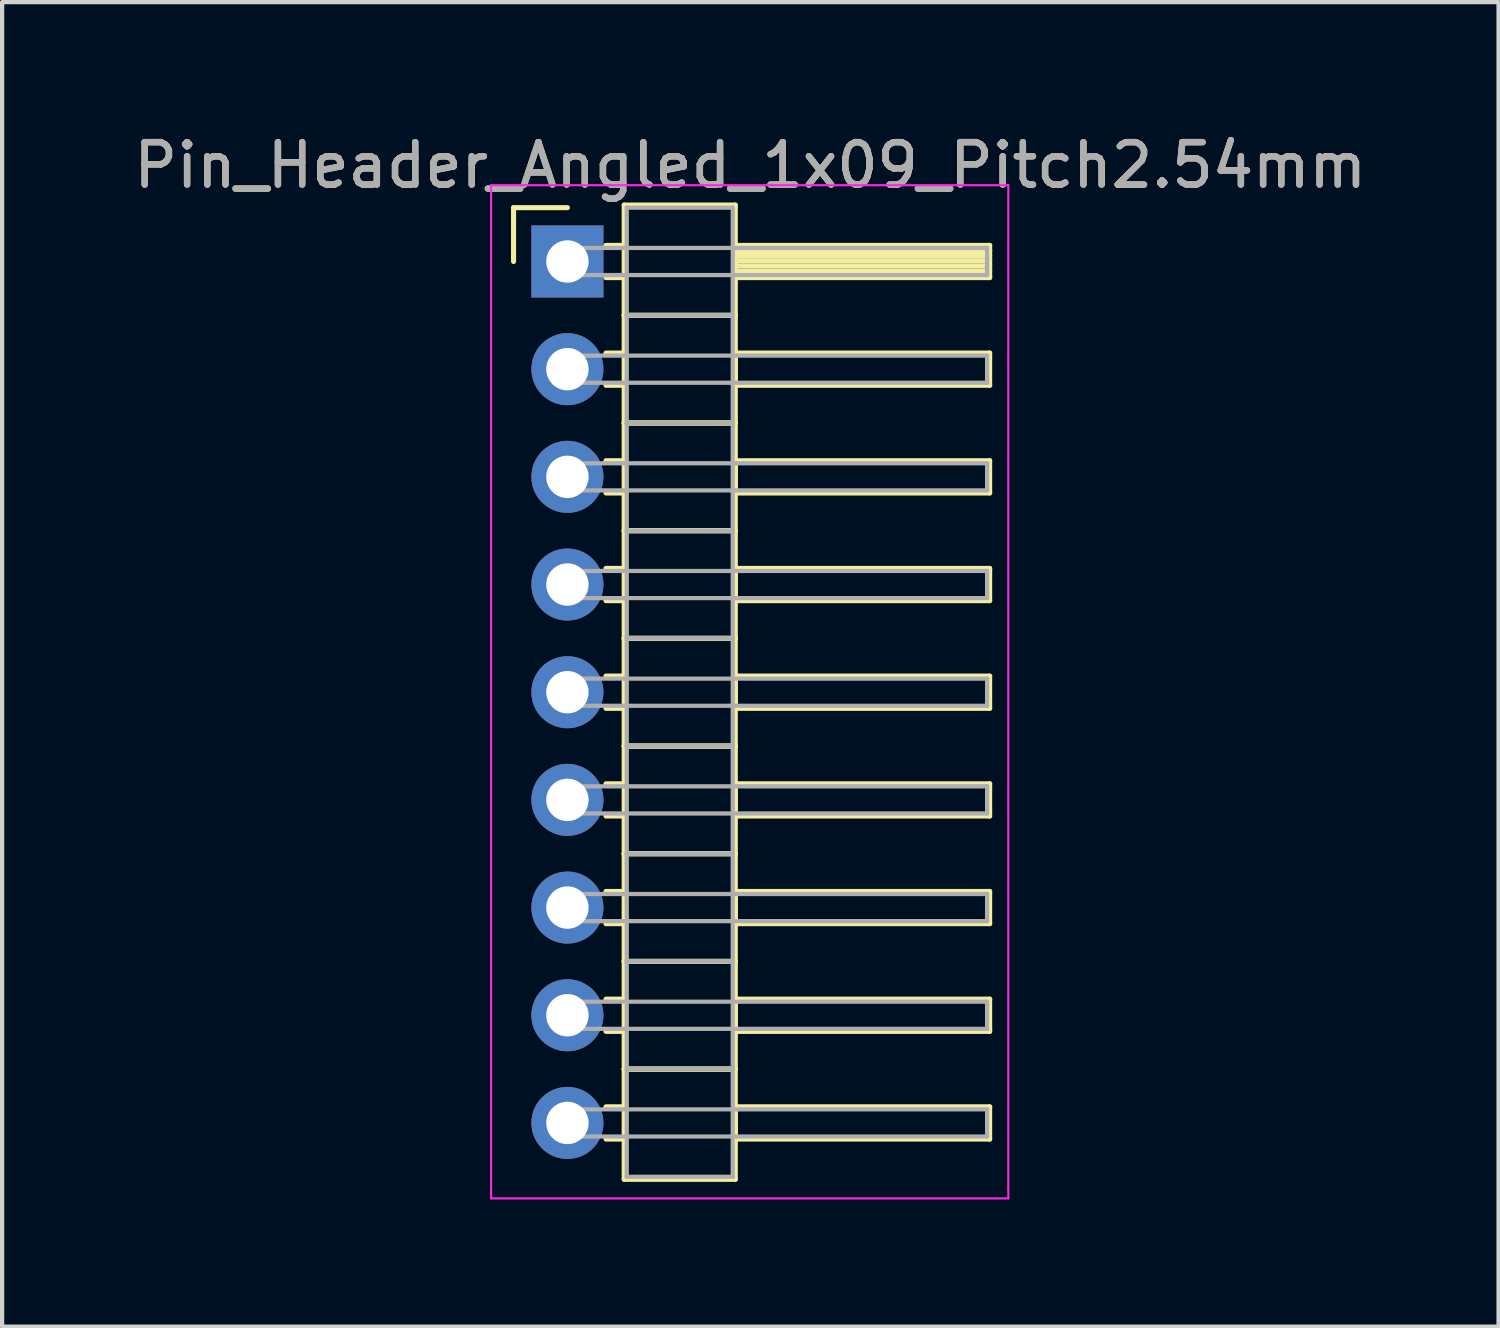
<source format=kicad_pcb>
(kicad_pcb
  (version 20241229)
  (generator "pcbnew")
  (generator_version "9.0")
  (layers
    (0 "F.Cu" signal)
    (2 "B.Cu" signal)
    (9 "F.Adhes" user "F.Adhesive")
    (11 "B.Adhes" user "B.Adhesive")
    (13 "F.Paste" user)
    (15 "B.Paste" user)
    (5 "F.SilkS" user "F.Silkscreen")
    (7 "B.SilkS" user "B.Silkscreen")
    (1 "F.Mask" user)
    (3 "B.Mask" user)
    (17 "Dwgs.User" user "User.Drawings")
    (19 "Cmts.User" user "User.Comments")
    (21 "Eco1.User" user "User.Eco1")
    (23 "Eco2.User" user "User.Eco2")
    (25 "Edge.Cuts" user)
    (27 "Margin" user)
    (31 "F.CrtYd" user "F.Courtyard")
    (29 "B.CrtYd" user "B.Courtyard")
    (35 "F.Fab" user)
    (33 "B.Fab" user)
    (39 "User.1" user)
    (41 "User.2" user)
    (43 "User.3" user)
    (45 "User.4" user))
  (footprint "Pin_Header_Angled_1x09_Pitch2.54mm"
    (layer "F.Cu")
    (at 10.334 3.118)
    (property "Reference" "Pin_Header_Angled_1x09_Pitch2.54mm" (at 4.315 -2.27 0) (layer "F.SilkS") (effects (font (size 1 1) (thickness 0.15))))
    (attr through_hole)
    (fp_line (start -1.27 -1.27) (end 0 -1.27) (stroke (width 0.12) (type solid)) (layer "F.SilkS"))
    (fp_line (start -1.27 0) (end -1.27 -1.27) (stroke (width 0.12) (type solid)) (layer "F.SilkS"))
    (fp_line (start 0.91 -0.38) (end 1.34 -0.38) (stroke (width 0.12) (type solid)) (layer "F.SilkS"))
    (fp_line (start 0.91 0.38) (end 1.34 0.38) (stroke (width 0.12) (type solid)) (layer "F.SilkS"))
    (fp_line (start 0.91 2.16) (end 1.34 2.16) (stroke (width 0.12) (type solid)) (layer "F.SilkS"))
    (fp_line (start 0.91 2.92) (end 1.34 2.92) (stroke (width 0.12) (type solid)) (layer "F.SilkS"))
    (fp_line (start 0.91 4.7) (end 1.34 4.7) (stroke (width 0.12) (type solid)) (layer "F.SilkS"))
    (fp_line (start 0.91 5.46) (end 1.34 5.46) (stroke (width 0.12) (type solid)) (layer "F.SilkS"))
    (fp_line (start 0.91 7.24) (end 1.34 7.24) (stroke (width 0.12) (type solid)) (layer "F.SilkS"))
    (fp_line (start 0.91 8) (end 1.34 8) (stroke (width 0.12) (type solid)) (layer "F.SilkS"))
    (fp_line (start 0.91 9.78) (end 1.34 9.78) (stroke (width 0.12) (type solid)) (layer "F.SilkS"))
    (fp_line (start 0.91 10.54) (end 1.34 10.54) (stroke (width 0.12) (type solid)) (layer "F.SilkS"))
    (fp_line (start 0.91 12.32) (end 1.34 12.32) (stroke (width 0.12) (type solid)) (layer "F.SilkS"))
    (fp_line (start 0.91 13.08) (end 1.34 13.08) (stroke (width 0.12) (type solid)) (layer "F.SilkS"))
    (fp_line (start 0.91 14.86) (end 1.34 14.86) (stroke (width 0.12) (type solid)) (layer "F.SilkS"))
    (fp_line (start 0.91 15.62) (end 1.34 15.62) (stroke (width 0.12) (type solid)) (layer "F.SilkS"))
    (fp_line (start 0.91 17.4) (end 1.34 17.4) (stroke (width 0.12) (type solid)) (layer "F.SilkS"))
    (fp_line (start 0.91 18.16) (end 1.34 18.16) (stroke (width 0.12) (type solid)) (layer "F.SilkS"))
    (fp_line (start 0.91 19.94) (end 1.34 19.94) (stroke (width 0.12) (type solid)) (layer "F.SilkS"))
    (fp_line (start 0.91 20.7) (end 1.34 20.7) (stroke (width 0.12) (type solid)) (layer "F.SilkS"))
    (fp_line (start 1.34 -1.33) (end 1.34 1.27) (stroke (width 0.12) (type solid)) (layer "F.SilkS"))
    (fp_line (start 1.34 1.27) (end 1.34 3.81) (stroke (width 0.12) (type solid)) (layer "F.SilkS"))
    (fp_line (start 1.34 1.27) (end 3.96 1.27) (stroke (width 0.12) (type solid)) (layer "F.SilkS"))
    (fp_line (start 1.34 3.81) (end 1.34 6.35) (stroke (width 0.12) (type solid)) (layer "F.SilkS"))
    (fp_line (start 1.34 3.81) (end 3.96 3.81) (stroke (width 0.12) (type solid)) (layer "F.SilkS"))
    (fp_line (start 1.34 6.35) (end 1.34 8.89) (stroke (width 0.12) (type solid)) (layer "F.SilkS"))
    (fp_line (start 1.34 6.35) (end 3.96 6.35) (stroke (width 0.12) (type solid)) (layer "F.SilkS"))
    (fp_line (start 1.34 8.89) (end 1.34 11.43) (stroke (width 0.12) (type solid)) (layer "F.SilkS"))
    (fp_line (start 1.34 8.89) (end 3.96 8.89) (stroke (width 0.12) (type solid)) (layer "F.SilkS"))
    (fp_line (start 1.34 11.43) (end 1.34 13.97) (stroke (width 0.12) (type solid)) (layer "F.SilkS"))
    (fp_line (start 1.34 11.43) (end 3.96 11.43) (stroke (width 0.12) (type solid)) (layer "F.SilkS"))
    (fp_line (start 1.34 13.97) (end 1.34 16.51) (stroke (width 0.12) (type solid)) (layer "F.SilkS"))
    (fp_line (start 1.34 13.97) (end 3.96 13.97) (stroke (width 0.12) (type solid)) (layer "F.SilkS"))
    (fp_line (start 1.34 16.51) (end 1.34 19.05) (stroke (width 0.12) (type solid)) (layer "F.SilkS"))
    (fp_line (start 1.34 16.51) (end 3.96 16.51) (stroke (width 0.12) (type solid)) (layer "F.SilkS"))
    (fp_line (start 1.34 19.05) (end 1.34 21.65) (stroke (width 0.12) (type solid)) (layer "F.SilkS"))
    (fp_line (start 1.34 19.05) (end 3.96 19.05) (stroke (width 0.12) (type solid)) (layer "F.SilkS"))
    (fp_line (start 1.34 21.65) (end 3.96 21.65) (stroke (width 0.12) (type solid)) (layer "F.SilkS"))
    (fp_line (start 3.96 -1.33) (end 1.34 -1.33) (stroke (width 0.12) (type solid)) (layer "F.SilkS"))
    (fp_line (start 3.96 -0.38) (end 3.96 0.38) (stroke (width 0.12) (type solid)) (layer "F.SilkS"))
    (fp_line (start 3.96 -0.26) (end 9.96 -0.26) (stroke (width 0.12) (type solid)) (layer "F.SilkS"))
    (fp_line (start 3.96 -0.14) (end 9.96 -0.14) (stroke (width 0.12) (type solid)) (layer "F.SilkS"))
    (fp_line (start 3.96 -0.02) (end 9.96 -0.02) (stroke (width 0.12) (type solid)) (layer "F.SilkS"))
    (fp_line (start 3.96 0.1) (end 9.96 0.1) (stroke (width 0.12) (type solid)) (layer "F.SilkS"))
    (fp_line (start 3.96 0.22) (end 9.96 0.22) (stroke (width 0.12) (type solid)) (layer "F.SilkS"))
    (fp_line (start 3.96 0.34) (end 9.96 0.34) (stroke (width 0.12) (type solid)) (layer "F.SilkS"))
    (fp_line (start 3.96 0.38) (end 9.96 0.38) (stroke (width 0.12) (type solid)) (layer "F.SilkS"))
    (fp_line (start 3.96 1.27) (end 1.34 1.27) (stroke (width 0.12) (type solid)) (layer "F.SilkS"))
    (fp_line (start 3.96 1.27) (end 3.96 -1.33) (stroke (width 0.12) (type solid)) (layer "F.SilkS"))
    (fp_line (start 3.96 2.16) (end 3.96 2.92) (stroke (width 0.12) (type solid)) (layer "F.SilkS"))
    (fp_line (start 3.96 2.92) (end 9.96 2.92) (stroke (width 0.12) (type solid)) (layer "F.SilkS"))
    (fp_line (start 3.96 3.81) (end 1.34 3.81) (stroke (width 0.12) (type solid)) (layer "F.SilkS"))
    (fp_line (start 3.96 3.81) (end 3.96 1.27) (stroke (width 0.12) (type solid)) (layer "F.SilkS"))
    (fp_line (start 3.96 4.7) (end 3.96 5.46) (stroke (width 0.12) (type solid)) (layer "F.SilkS"))
    (fp_line (start 3.96 5.46) (end 9.96 5.46) (stroke (width 0.12) (type solid)) (layer "F.SilkS"))
    (fp_line (start 3.96 6.35) (end 1.34 6.35) (stroke (width 0.12) (type solid)) (layer "F.SilkS"))
    (fp_line (start 3.96 6.35) (end 3.96 3.81) (stroke (width 0.12) (type solid)) (layer "F.SilkS"))
    (fp_line (start 3.96 7.24) (end 3.96 8) (stroke (width 0.12) (type solid)) (layer "F.SilkS"))
    (fp_line (start 3.96 8) (end 9.96 8) (stroke (width 0.12) (type solid)) (layer "F.SilkS"))
    (fp_line (start 3.96 8.89) (end 1.34 8.89) (stroke (width 0.12) (type solid)) (layer "F.SilkS"))
    (fp_line (start 3.96 8.89) (end 3.96 6.35) (stroke (width 0.12) (type solid)) (layer "F.SilkS"))
    (fp_line (start 3.96 9.78) (end 3.96 10.54) (stroke (width 0.12) (type solid)) (layer "F.SilkS"))
    (fp_line (start 3.96 10.54) (end 9.96 10.54) (stroke (width 0.12) (type solid)) (layer "F.SilkS"))
    (fp_line (start 3.96 11.43) (end 1.34 11.43) (stroke (width 0.12) (type solid)) (layer "F.SilkS"))
    (fp_line (start 3.96 11.43) (end 3.96 8.89) (stroke (width 0.12) (type solid)) (layer "F.SilkS"))
    (fp_line (start 3.96 12.32) (end 3.96 13.08) (stroke (width 0.12) (type solid)) (layer "F.SilkS"))
    (fp_line (start 3.96 13.08) (end 9.96 13.08) (stroke (width 0.12) (type solid)) (layer "F.SilkS"))
    (fp_line (start 3.96 13.97) (end 1.34 13.97) (stroke (width 0.12) (type solid)) (layer "F.SilkS"))
    (fp_line (start 3.96 13.97) (end 3.96 11.43) (stroke (width 0.12) (type solid)) (layer "F.SilkS"))
    (fp_line (start 3.96 14.86) (end 3.96 15.62) (stroke (width 0.12) (type solid)) (layer "F.SilkS"))
    (fp_line (start 3.96 15.62) (end 9.96 15.62) (stroke (width 0.12) (type solid)) (layer "F.SilkS"))
    (fp_line (start 3.96 16.51) (end 1.34 16.51) (stroke (width 0.12) (type solid)) (layer "F.SilkS"))
    (fp_line (start 3.96 16.51) (end 3.96 13.97) (stroke (width 0.12) (type solid)) (layer "F.SilkS"))
    (fp_line (start 3.96 17.4) (end 3.96 18.16) (stroke (width 0.12) (type solid)) (layer "F.SilkS"))
    (fp_line (start 3.96 18.16) (end 9.96 18.16) (stroke (width 0.12) (type solid)) (layer "F.SilkS"))
    (fp_line (start 3.96 19.05) (end 1.34 19.05) (stroke (width 0.12) (type solid)) (layer "F.SilkS"))
    (fp_line (start 3.96 19.05) (end 3.96 16.51) (stroke (width 0.12) (type solid)) (layer "F.SilkS"))
    (fp_line (start 3.96 19.94) (end 3.96 20.7) (stroke (width 0.12) (type solid)) (layer "F.SilkS"))
    (fp_line (start 3.96 20.7) (end 9.96 20.7) (stroke (width 0.12) (type solid)) (layer "F.SilkS"))
    (fp_line (start 3.96 21.65) (end 3.96 19.05) (stroke (width 0.12) (type solid)) (layer "F.SilkS"))
    (fp_line (start 9.96 -0.38) (end 3.96 -0.38) (stroke (width 0.12) (type solid)) (layer "F.SilkS"))
    (fp_line (start 9.96 0.38) (end 9.96 -0.38) (stroke (width 0.12) (type solid)) (layer "F.SilkS"))
    (fp_line (start 9.96 2.16) (end 3.96 2.16) (stroke (width 0.12) (type solid)) (layer "F.SilkS"))
    (fp_line (start 9.96 2.92) (end 9.96 2.16) (stroke (width 0.12) (type solid)) (layer "F.SilkS"))
    (fp_line (start 9.96 4.7) (end 3.96 4.7) (stroke (width 0.12) (type solid)) (layer "F.SilkS"))
    (fp_line (start 9.96 5.46) (end 9.96 4.7) (stroke (width 0.12) (type solid)) (layer "F.SilkS"))
    (fp_line (start 9.96 7.24) (end 3.96 7.24) (stroke (width 0.12) (type solid)) (layer "F.SilkS"))
    (fp_line (start 9.96 8) (end 9.96 7.24) (stroke (width 0.12) (type solid)) (layer "F.SilkS"))
    (fp_line (start 9.96 9.78) (end 3.96 9.78) (stroke (width 0.12) (type solid)) (layer "F.SilkS"))
    (fp_line (start 9.96 10.54) (end 9.96 9.78) (stroke (width 0.12) (type solid)) (layer "F.SilkS"))
    (fp_line (start 9.96 12.32) (end 3.96 12.32) (stroke (width 0.12) (type solid)) (layer "F.SilkS"))
    (fp_line (start 9.96 13.08) (end 9.96 12.32) (stroke (width 0.12) (type solid)) (layer "F.SilkS"))
    (fp_line (start 9.96 14.86) (end 3.96 14.86) (stroke (width 0.12) (type solid)) (layer "F.SilkS"))
    (fp_line (start 9.96 15.62) (end 9.96 14.86) (stroke (width 0.12) (type solid)) (layer "F.SilkS"))
    (fp_line (start 9.96 17.4) (end 3.96 17.4) (stroke (width 0.12) (type solid)) (layer "F.SilkS"))
    (fp_line (start 9.96 18.16) (end 9.96 17.4) (stroke (width 0.12) (type solid)) (layer "F.SilkS"))
    (fp_line (start 9.96 19.94) (end 3.96 19.94) (stroke (width 0.12) (type solid)) (layer "F.SilkS"))
    (fp_line (start 9.96 20.7) (end 9.96 19.94) (stroke (width 0.12) (type solid)) (layer "F.SilkS"))
    (fp_line (start -1.8 -1.8) (end -1.8 22.1) (stroke (width 0.05) (type solid)) (layer "F.CrtYd"))
    (fp_line (start -1.8 22.1) (end 10.4 22.1) (stroke (width 0.05) (type solid)) (layer "F.CrtYd"))
    (fp_line (start 10.4 -1.8) (end -1.8 -1.8) (stroke (width 0.05) (type solid)) (layer "F.CrtYd"))
    (fp_line (start 10.4 22.1) (end 10.4 -1.8) (stroke (width 0.05) (type solid)) (layer "F.CrtYd"))
    (fp_line (start 0 -0.32) (end 0 0.32) (stroke (width 0.1) (type solid)) (layer "F.Fab"))
    (fp_line (start 0 0.32) (end 9.9 0.32) (stroke (width 0.1) (type solid)) (layer "F.Fab"))
    (fp_line (start 0 2.22) (end 0 2.86) (stroke (width 0.1) (type solid)) (layer "F.Fab"))
    (fp_line (start 0 2.86) (end 9.9 2.86) (stroke (width 0.1) (type solid)) (layer "F.Fab"))
    (fp_line (start 0 4.76) (end 0 5.4) (stroke (width 0.1) (type solid)) (layer "F.Fab"))
    (fp_line (start 0 5.4) (end 9.9 5.4) (stroke (width 0.1) (type solid)) (layer "F.Fab"))
    (fp_line (start 0 7.3) (end 0 7.94) (stroke (width 0.1) (type solid)) (layer "F.Fab"))
    (fp_line (start 0 7.94) (end 9.9 7.94) (stroke (width 0.1) (type solid)) (layer "F.Fab"))
    (fp_line (start 0 9.84) (end 0 10.48) (stroke (width 0.1) (type solid)) (layer "F.Fab"))
    (fp_line (start 0 10.48) (end 9.9 10.48) (stroke (width 0.1) (type solid)) (layer "F.Fab"))
    (fp_line (start 0 12.38) (end 0 13.02) (stroke (width 0.1) (type solid)) (layer "F.Fab"))
    (fp_line (start 0 13.02) (end 9.9 13.02) (stroke (width 0.1) (type solid)) (layer "F.Fab"))
    (fp_line (start 0 14.92) (end 0 15.56) (stroke (width 0.1) (type solid)) (layer "F.Fab"))
    (fp_line (start 0 15.56) (end 9.9 15.56) (stroke (width 0.1) (type solid)) (layer "F.Fab"))
    (fp_line (start 0 17.46) (end 0 18.1) (stroke (width 0.1) (type solid)) (layer "F.Fab"))
    (fp_line (start 0 18.1) (end 9.9 18.1) (stroke (width 0.1) (type solid)) (layer "F.Fab"))
    (fp_line (start 0 20) (end 0 20.64) (stroke (width 0.1) (type solid)) (layer "F.Fab"))
    (fp_line (start 0 20.64) (end 9.9 20.64) (stroke (width 0.1) (type solid)) (layer "F.Fab"))
    (fp_line (start 1.4 -1.27) (end 1.4 1.27) (stroke (width 0.1) (type solid)) (layer "F.Fab"))
    (fp_line (start 1.4 1.27) (end 1.4 3.81) (stroke (width 0.1) (type solid)) (layer "F.Fab"))
    (fp_line (start 1.4 1.27) (end 3.9 1.27) (stroke (width 0.1) (type solid)) (layer "F.Fab"))
    (fp_line (start 1.4 3.81) (end 1.4 6.35) (stroke (width 0.1) (type solid)) (layer "F.Fab"))
    (fp_line (start 1.4 3.81) (end 3.9 3.81) (stroke (width 0.1) (type solid)) (layer "F.Fab"))
    (fp_line (start 1.4 6.35) (end 1.4 8.89) (stroke (width 0.1) (type solid)) (layer "F.Fab"))
    (fp_line (start 1.4 6.35) (end 3.9 6.35) (stroke (width 0.1) (type solid)) (layer "F.Fab"))
    (fp_line (start 1.4 8.89) (end 1.4 11.43) (stroke (width 0.1) (type solid)) (layer "F.Fab"))
    (fp_line (start 1.4 8.89) (end 3.9 8.89) (stroke (width 0.1) (type solid)) (layer "F.Fab"))
    (fp_line (start 1.4 11.43) (end 1.4 13.97) (stroke (width 0.1) (type solid)) (layer "F.Fab"))
    (fp_line (start 1.4 11.43) (end 3.9 11.43) (stroke (width 0.1) (type solid)) (layer "F.Fab"))
    (fp_line (start 1.4 13.97) (end 1.4 16.51) (stroke (width 0.1) (type solid)) (layer "F.Fab"))
    (fp_line (start 1.4 13.97) (end 3.9 13.97) (stroke (width 0.1) (type solid)) (layer "F.Fab"))
    (fp_line (start 1.4 16.51) (end 1.4 19.05) (stroke (width 0.1) (type solid)) (layer "F.Fab"))
    (fp_line (start 1.4 16.51) (end 3.9 16.51) (stroke (width 0.1) (type solid)) (layer "F.Fab"))
    (fp_line (start 1.4 19.05) (end 1.4 21.59) (stroke (width 0.1) (type solid)) (layer "F.Fab"))
    (fp_line (start 1.4 19.05) (end 3.9 19.05) (stroke (width 0.1) (type solid)) (layer "F.Fab"))
    (fp_line (start 1.4 21.59) (end 3.9 21.59) (stroke (width 0.1) (type solid)) (layer "F.Fab"))
    (fp_line (start 3.9 -1.27) (end 1.4 -1.27) (stroke (width 0.1) (type solid)) (layer "F.Fab"))
    (fp_line (start 3.9 1.27) (end 1.4 1.27) (stroke (width 0.1) (type solid)) (layer "F.Fab"))
    (fp_line (start 3.9 1.27) (end 3.9 -1.27) (stroke (width 0.1) (type solid)) (layer "F.Fab"))
    (fp_line (start 3.9 3.81) (end 1.4 3.81) (stroke (width 0.1) (type solid)) (layer "F.Fab"))
    (fp_line (start 3.9 3.81) (end 3.9 1.27) (stroke (width 0.1) (type solid)) (layer "F.Fab"))
    (fp_line (start 3.9 6.35) (end 1.4 6.35) (stroke (width 0.1) (type solid)) (layer "F.Fab"))
    (fp_line (start 3.9 6.35) (end 3.9 3.81) (stroke (width 0.1) (type solid)) (layer "F.Fab"))
    (fp_line (start 3.9 8.89) (end 1.4 8.89) (stroke (width 0.1) (type solid)) (layer "F.Fab"))
    (fp_line (start 3.9 8.89) (end 3.9 6.35) (stroke (width 0.1) (type solid)) (layer "F.Fab"))
    (fp_line (start 3.9 11.43) (end 1.4 11.43) (stroke (width 0.1) (type solid)) (layer "F.Fab"))
    (fp_line (start 3.9 11.43) (end 3.9 8.89) (stroke (width 0.1) (type solid)) (layer "F.Fab"))
    (fp_line (start 3.9 13.97) (end 1.4 13.97) (stroke (width 0.1) (type solid)) (layer "F.Fab"))
    (fp_line (start 3.9 13.97) (end 3.9 11.43) (stroke (width 0.1) (type solid)) (layer "F.Fab"))
    (fp_line (start 3.9 16.51) (end 1.4 16.51) (stroke (width 0.1) (type solid)) (layer "F.Fab"))
    (fp_line (start 3.9 16.51) (end 3.9 13.97) (stroke (width 0.1) (type solid)) (layer "F.Fab"))
    (fp_line (start 3.9 19.05) (end 1.4 19.05) (stroke (width 0.1) (type solid)) (layer "F.Fab"))
    (fp_line (start 3.9 19.05) (end 3.9 16.51) (stroke (width 0.1) (type solid)) (layer "F.Fab"))
    (fp_line (start 3.9 21.59) (end 3.9 19.05) (stroke (width 0.1) (type solid)) (layer "F.Fab"))
    (fp_line (start 9.9 -0.32) (end 0 -0.32) (stroke (width 0.1) (type solid)) (layer "F.Fab"))
    (fp_line (start 9.9 0.32) (end 9.9 -0.32) (stroke (width 0.1) (type solid)) (layer "F.Fab"))
    (fp_line (start 9.9 2.22) (end 0 2.22) (stroke (width 0.1) (type solid)) (layer "F.Fab"))
    (fp_line (start 9.9 2.86) (end 9.9 2.22) (stroke (width 0.1) (type solid)) (layer "F.Fab"))
    (fp_line (start 9.9 4.76) (end 0 4.76) (stroke (width 0.1) (type solid)) (layer "F.Fab"))
    (fp_line (start 9.9 5.4) (end 9.9 4.76) (stroke (width 0.1) (type solid)) (layer "F.Fab"))
    (fp_line (start 9.9 7.3) (end 0 7.3) (stroke (width 0.1) (type solid)) (layer "F.Fab"))
    (fp_line (start 9.9 7.94) (end 9.9 7.3) (stroke (width 0.1) (type solid)) (layer "F.Fab"))
    (fp_line (start 9.9 9.84) (end 0 9.84) (stroke (width 0.1) (type solid)) (layer "F.Fab"))
    (fp_line (start 9.9 10.48) (end 9.9 9.84) (stroke (width 0.1) (type solid)) (layer "F.Fab"))
    (fp_line (start 9.9 12.38) (end 0 12.38) (stroke (width 0.1) (type solid)) (layer "F.Fab"))
    (fp_line (start 9.9 13.02) (end 9.9 12.38) (stroke (width 0.1) (type solid)) (layer "F.Fab"))
    (fp_line (start 9.9 14.92) (end 0 14.92) (stroke (width 0.1) (type solid)) (layer "F.Fab"))
    (fp_line (start 9.9 15.56) (end 9.9 14.92) (stroke (width 0.1) (type solid)) (layer "F.Fab"))
    (fp_line (start 9.9 17.46) (end 0 17.46) (stroke (width 0.1) (type solid)) (layer "F.Fab"))
    (fp_line (start 9.9 18.1) (end 9.9 17.46) (stroke (width 0.1) (type solid)) (layer "F.Fab"))
    (fp_line (start 9.9 20) (end 0 20) (stroke (width 0.1) (type solid)) (layer "F.Fab"))
    (fp_line (start 9.9 20.64) (end 9.9 20) (stroke (width 0.1) (type solid)) (layer "F.Fab"))
    (fp_text user "${REFERENCE}" (at 4.315 -2.27 0) (layer "F.Fab") (effects (font (size 1 1) (thickness 0.15))))
    (pad "1" thru_hole rect (at 0 0) (size 1.7 1.7) (drill 1) (layers "*.Cu" "*.Mask"))
    (pad "2" thru_hole oval (at 0 2.54) (size 1.7 1.7) (drill 1) (layers "*.Cu" "*.Mask"))
    (pad "3" thru_hole oval (at 0 5.08) (size 1.7 1.7) (drill 1) (layers "*.Cu" "*.Mask"))
    (pad "4" thru_hole oval (at 0 7.62) (size 1.7 1.7) (drill 1) (layers "*.Cu" "*.Mask"))
    (pad "5" thru_hole oval (at 0 10.16) (size 1.7 1.7) (drill 1) (layers "*.Cu" "*.Mask"))
    (pad "6" thru_hole oval (at 0 12.7) (size 1.7 1.7) (drill 1) (layers "*.Cu" "*.Mask"))
    (pad "7" thru_hole oval (at 0 15.24) (size 1.7 1.7) (drill 1) (layers "*.Cu" "*.Mask"))
    (pad "8" thru_hole oval (at 0 17.78) (size 1.7 1.7) (drill 1) (layers "*.Cu" "*.Mask"))
    (pad "9" thru_hole oval (at 0 20.32) (size 1.7 1.7) (drill 1) (layers "*.Cu" "*.Mask")))
  (gr_rect
    (start -3 -3)
    (end 32.298 28.243)
    (stroke (width 0.1) (type default))
    (fill no)
    (layer "Edge.Cuts")))
</source>
